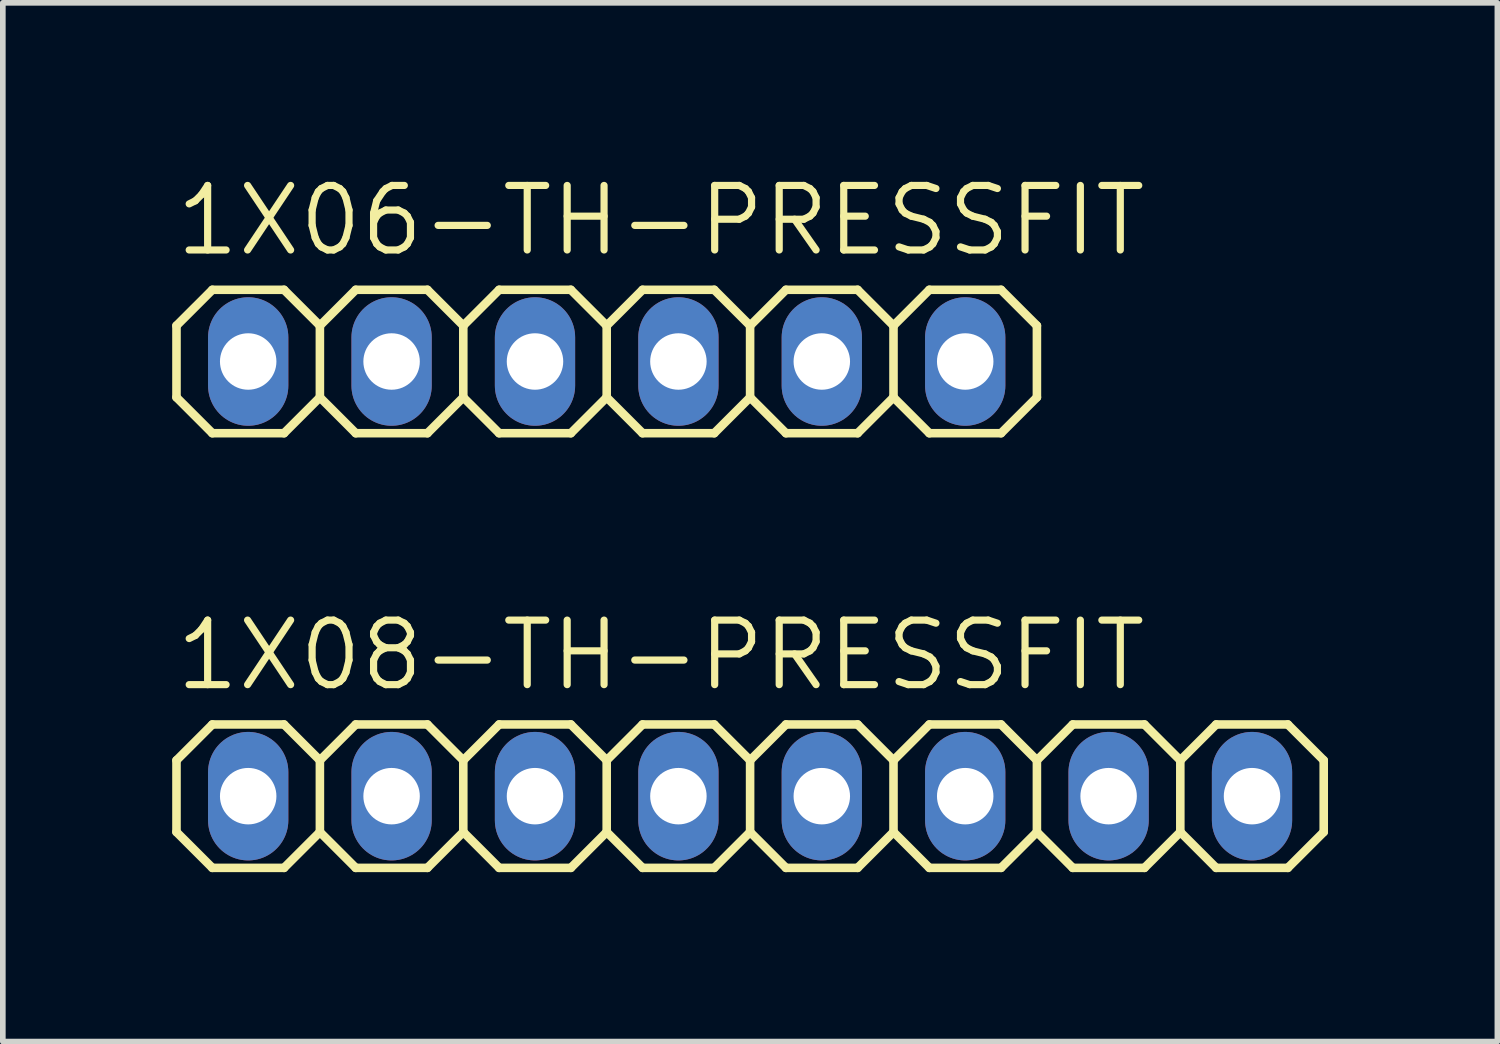
<source format=kicad_pcb>
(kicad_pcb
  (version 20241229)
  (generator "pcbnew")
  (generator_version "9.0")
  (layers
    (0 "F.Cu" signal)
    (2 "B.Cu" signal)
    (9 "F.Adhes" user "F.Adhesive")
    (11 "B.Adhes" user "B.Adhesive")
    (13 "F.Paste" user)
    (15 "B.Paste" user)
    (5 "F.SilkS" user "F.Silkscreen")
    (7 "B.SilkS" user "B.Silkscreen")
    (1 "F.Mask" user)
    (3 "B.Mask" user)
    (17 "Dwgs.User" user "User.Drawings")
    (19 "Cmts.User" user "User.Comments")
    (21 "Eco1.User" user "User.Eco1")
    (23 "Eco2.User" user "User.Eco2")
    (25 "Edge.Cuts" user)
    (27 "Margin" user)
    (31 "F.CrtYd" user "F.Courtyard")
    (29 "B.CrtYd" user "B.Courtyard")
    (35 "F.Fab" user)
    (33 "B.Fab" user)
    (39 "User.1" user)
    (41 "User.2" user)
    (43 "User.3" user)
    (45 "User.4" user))
  (footprint "1X08-TH-PRESSFIT"
    (layer "F.Cu")
    (at 10.236 11.052)
    (property "Reference" "1X08-TH-PRESSFIT" (at -10.236 -1.829 0) (unlocked yes) (layer "F.SilkS") (effects (font (size 1.143 1.143) (thickness 0.127)) (justify left bottom)))
    (fp_line (start -10.16 -0.635) (end -10.16 0.635) (stroke (width 0.152) (type solid)) (layer "F.SilkS"))
    (fp_line (start -10.16 0.635) (end -9.525 1.27) (stroke (width 0.152) (type solid)) (layer "F.SilkS"))
    (fp_line (start -9.525 -1.27) (end -10.16 -0.635) (stroke (width 0.152) (type solid)) (layer "F.SilkS"))
    (fp_line (start -9.525 -1.27) (end -8.255 -1.27) (stroke (width 0.152) (type solid)) (layer "F.SilkS"))
    (fp_line (start -8.255 -1.27) (end -7.62 -0.635) (stroke (width 0.152) (type solid)) (layer "F.SilkS"))
    (fp_line (start -8.255 1.27) (end -9.525 1.27) (stroke (width 0.152) (type solid)) (layer "F.SilkS"))
    (fp_line (start -7.62 -0.635) (end -7.62 0.635) (stroke (width 0.152) (type solid)) (layer "F.SilkS"))
    (fp_line (start -7.62 -0.635) (end -6.985 -1.27) (stroke (width 0.152) (type solid)) (layer "F.SilkS"))
    (fp_line (start -7.62 0.635) (end -8.255 1.27) (stroke (width 0.152) (type solid)) (layer "F.SilkS"))
    (fp_line (start -6.985 -1.27) (end -5.715 -1.27) (stroke (width 0.152) (type solid)) (layer "F.SilkS"))
    (fp_line (start -6.985 1.27) (end -7.62 0.635) (stroke (width 0.152) (type solid)) (layer "F.SilkS"))
    (fp_line (start -5.715 -1.27) (end -5.08 -0.635) (stroke (width 0.152) (type solid)) (layer "F.SilkS"))
    (fp_line (start -5.715 1.27) (end -6.985 1.27) (stroke (width 0.152) (type solid)) (layer "F.SilkS"))
    (fp_line (start -5.08 -0.635) (end -5.08 0.635) (stroke (width 0.152) (type solid)) (layer "F.SilkS"))
    (fp_line (start -5.08 -0.635) (end -4.445 -1.27) (stroke (width 0.152) (type solid)) (layer "F.SilkS"))
    (fp_line (start -5.08 0.635) (end -5.715 1.27) (stroke (width 0.152) (type solid)) (layer "F.SilkS"))
    (fp_line (start -4.445 -1.27) (end -3.175 -1.27) (stroke (width 0.152) (type solid)) (layer "F.SilkS"))
    (fp_line (start -4.445 1.27) (end -5.08 0.635) (stroke (width 0.152) (type solid)) (layer "F.SilkS"))
    (fp_line (start -3.175 -1.27) (end -2.54 -0.635) (stroke (width 0.152) (type solid)) (layer "F.SilkS"))
    (fp_line (start -3.175 1.27) (end -4.445 1.27) (stroke (width 0.152) (type solid)) (layer "F.SilkS"))
    (fp_line (start -2.54 -0.635) (end -2.54 0.635) (stroke (width 0.152) (type solid)) (layer "F.SilkS"))
    (fp_line (start -2.54 0.635) (end -3.175 1.27) (stroke (width 0.152) (type solid)) (layer "F.SilkS"))
    (fp_line (start -2.54 0.635) (end -1.905 1.27) (stroke (width 0.152) (type solid)) (layer "F.SilkS"))
    (fp_line (start -1.905 -1.27) (end -2.54 -0.635) (stroke (width 0.152) (type solid)) (layer "F.SilkS"))
    (fp_line (start -1.905 -1.27) (end -0.635 -1.27) (stroke (width 0.152) (type solid)) (layer "F.SilkS"))
    (fp_line (start -0.635 -1.27) (end 0 -0.635) (stroke (width 0.152) (type solid)) (layer "F.SilkS"))
    (fp_line (start -0.635 1.27) (end -1.905 1.27) (stroke (width 0.152) (type solid)) (layer "F.SilkS"))
    (fp_line (start 0 -0.635) (end 0 0.635) (stroke (width 0.152) (type solid)) (layer "F.SilkS"))
    (fp_line (start 0 -0.635) (end 0.635 -1.27) (stroke (width 0.152) (type solid)) (layer "F.SilkS"))
    (fp_line (start 0 0.635) (end -0.635 1.27) (stroke (width 0.152) (type solid)) (layer "F.SilkS"))
    (fp_line (start 0.635 -1.27) (end 1.905 -1.27) (stroke (width 0.152) (type solid)) (layer "F.SilkS"))
    (fp_line (start 0.635 1.27) (end 0 0.635) (stroke (width 0.152) (type solid)) (layer "F.SilkS"))
    (fp_line (start 1.905 -1.27) (end 2.54 -0.635) (stroke (width 0.152) (type solid)) (layer "F.SilkS"))
    (fp_line (start 1.905 1.27) (end 0.635 1.27) (stroke (width 0.152) (type solid)) (layer "F.SilkS"))
    (fp_line (start 2.54 -0.635) (end 2.54 0.635) (stroke (width 0.152) (type solid)) (layer "F.SilkS"))
    (fp_line (start 2.54 -0.635) (end 3.175 -1.27) (stroke (width 0.152) (type solid)) (layer "F.SilkS"))
    (fp_line (start 2.54 0.635) (end 1.905 1.27) (stroke (width 0.152) (type solid)) (layer "F.SilkS"))
    (fp_line (start 3.175 -1.27) (end 4.445 -1.27) (stroke (width 0.152) (type solid)) (layer "F.SilkS"))
    (fp_line (start 3.175 1.27) (end 2.54 0.635) (stroke (width 0.152) (type solid)) (layer "F.SilkS"))
    (fp_line (start 4.445 -1.27) (end 5.08 -0.635) (stroke (width 0.152) (type solid)) (layer "F.SilkS"))
    (fp_line (start 4.445 1.27) (end 3.175 1.27) (stroke (width 0.152) (type solid)) (layer "F.SilkS"))
    (fp_line (start 5.08 -0.635) (end 5.08 0.635) (stroke (width 0.152) (type solid)) (layer "F.SilkS"))
    (fp_line (start 5.08 0.635) (end 4.445 1.27) (stroke (width 0.152) (type solid)) (layer "F.SilkS"))
    (fp_line (start 5.08 0.635) (end 5.715 1.27) (stroke (width 0.152) (type solid)) (layer "F.SilkS"))
    (fp_line (start 5.715 -1.27) (end 5.08 -0.635) (stroke (width 0.152) (type solid)) (layer "F.SilkS"))
    (fp_line (start 5.715 -1.27) (end 6.985 -1.27) (stroke (width 0.152) (type solid)) (layer "F.SilkS"))
    (fp_line (start 6.985 -1.27) (end 7.62 -0.635) (stroke (width 0.152) (type solid)) (layer "F.SilkS"))
    (fp_line (start 6.985 1.27) (end 5.715 1.27) (stroke (width 0.152) (type solid)) (layer "F.SilkS"))
    (fp_line (start 7.62 -0.635) (end 7.62 0.635) (stroke (width 0.152) (type solid)) (layer "F.SilkS"))
    (fp_line (start 7.62 0.635) (end 6.985 1.27) (stroke (width 0.152) (type solid)) (layer "F.SilkS"))
    (fp_line (start 7.62 0.635) (end 8.255 1.27) (stroke (width 0.152) (type solid)) (layer "F.SilkS"))
    (fp_line (start 8.255 -1.27) (end 7.62 -0.635) (stroke (width 0.152) (type solid)) (layer "F.SilkS"))
    (fp_line (start 8.255 -1.27) (end 9.525 -1.27) (stroke (width 0.152) (type solid)) (layer "F.SilkS"))
    (fp_line (start 9.525 -1.27) (end 10.16 -0.635) (stroke (width 0.152) (type solid)) (layer "F.SilkS"))
    (fp_line (start 9.525 1.27) (end 8.255 1.27) (stroke (width 0.152) (type solid)) (layer "F.SilkS"))
    (fp_line (start 10.16 -0.635) (end 10.16 0.635) (stroke (width 0.152) (type solid)) (layer "F.SilkS"))
    (fp_line (start 10.16 0.635) (end 9.525 1.27) (stroke (width 0.152) (type solid)) (layer "F.SilkS"))
    (fp_poly (pts (xy -9.144 0.254) (xy -8.636 0.254) (xy -8.636 -0.254) (xy -9.144 -0.254)) (stroke (width 0.1) (type default)) (fill no) (layer "F.Fab"))
    (fp_poly (pts (xy -6.604 0.254) (xy -6.096 0.254) (xy -6.096 -0.254) (xy -6.604 -0.254)) (stroke (width 0.1) (type default)) (fill no) (layer "F.Fab"))
    (fp_poly (pts (xy -4.064 0.254) (xy -3.556 0.254) (xy -3.556 -0.254) (xy -4.064 -0.254)) (stroke (width 0.1) (type default)) (fill no) (layer "F.Fab"))
    (fp_poly (pts (xy -1.524 0.254) (xy -1.016 0.254) (xy -1.016 -0.254) (xy -1.524 -0.254)) (stroke (width 0.1) (type default)) (fill no) (layer "F.Fab"))
    (fp_poly (pts (xy 1.016 0.254) (xy 1.524 0.254) (xy 1.524 -0.254) (xy 1.016 -0.254)) (stroke (width 0.1) (type default)) (fill no) (layer "F.Fab"))
    (fp_poly (pts (xy 3.556 0.254) (xy 4.064 0.254) (xy 4.064 -0.254) (xy 3.556 -0.254)) (stroke (width 0.1) (type default)) (fill no) (layer "F.Fab"))
    (fp_poly (pts (xy 6.096 0.254) (xy 6.604 0.254) (xy 6.604 -0.254) (xy 6.096 -0.254)) (stroke (width 0.1) (type default)) (fill no) (layer "F.Fab"))
    (fp_poly (pts (xy 8.636 0.254) (xy 9.144 0.254) (xy 9.144 -0.254) (xy 8.636 -0.254)) (stroke (width 0.1) (type default)) (fill no) (layer "F.Fab"))
    (pad "1" thru_hole oval (at -8.89 0 90) (size 2.276 1.422) (drill 1) (layers "*.Cu" "*.Mask"))
    (pad "2" thru_hole oval (at -6.35 0 90) (size 2.276 1.422) (drill 1) (layers "*.Cu" "*.Mask"))
    (pad "3" thru_hole oval (at -3.81 0 90) (size 2.276 1.422) (drill 1) (layers "*.Cu" "*.Mask"))
    (pad "4" thru_hole oval (at -1.27 0 90) (size 2.276 1.422) (drill 1) (layers "*.Cu" "*.Mask"))
    (pad "5" thru_hole oval (at 1.27 0 90) (size 2.276 1.422) (drill 1) (layers "*.Cu" "*.Mask"))
    (pad "6" thru_hole oval (at 3.81 0 90) (size 2.276 1.422) (drill 1) (layers "*.Cu" "*.Mask"))
    (pad "7" thru_hole oval (at 6.35 0 90) (size 2.276 1.422) (drill 1) (layers "*.Cu" "*.Mask"))
    (pad "8" thru_hole oval (at 8.89 0 90) (size 2.276 1.422) (drill 1) (layers "*.Cu" "*.Mask")))
  (footprint "1X06-TH-PRESSFIT"
    (layer "F.Cu")
    (at 7.696 3.353)
    (property "Reference" "1X06-TH-PRESSFIT" (at -7.696 -1.829 0) (unlocked yes) (layer "F.SilkS") (effects (font (size 1.143 1.143) (thickness 0.127)) (justify left bottom)))
    (fp_line (start -7.62 -0.635) (end -7.62 0.635) (stroke (width 0.152) (type solid)) (layer "F.SilkS"))
    (fp_line (start -7.62 0.635) (end -6.985 1.27) (stroke (width 0.152) (type solid)) (layer "F.SilkS"))
    (fp_line (start -6.985 -1.27) (end -7.62 -0.635) (stroke (width 0.152) (type solid)) (layer "F.SilkS"))
    (fp_line (start -6.985 -1.27) (end -5.715 -1.27) (stroke (width 0.152) (type solid)) (layer "F.SilkS"))
    (fp_line (start -5.715 -1.27) (end -5.08 -0.635) (stroke (width 0.152) (type solid)) (layer "F.SilkS"))
    (fp_line (start -5.715 1.27) (end -6.985 1.27) (stroke (width 0.152) (type solid)) (layer "F.SilkS"))
    (fp_line (start -5.08 -0.635) (end -5.08 0.635) (stroke (width 0.152) (type solid)) (layer "F.SilkS"))
    (fp_line (start -5.08 -0.635) (end -4.445 -1.27) (stroke (width 0.152) (type solid)) (layer "F.SilkS"))
    (fp_line (start -5.08 0.635) (end -5.715 1.27) (stroke (width 0.152) (type solid)) (layer "F.SilkS"))
    (fp_line (start -4.445 -1.27) (end -3.175 -1.27) (stroke (width 0.152) (type solid)) (layer "F.SilkS"))
    (fp_line (start -4.445 1.27) (end -5.08 0.635) (stroke (width 0.152) (type solid)) (layer "F.SilkS"))
    (fp_line (start -3.175 -1.27) (end -2.54 -0.635) (stroke (width 0.152) (type solid)) (layer "F.SilkS"))
    (fp_line (start -3.175 1.27) (end -4.445 1.27) (stroke (width 0.152) (type solid)) (layer "F.SilkS"))
    (fp_line (start -2.54 -0.635) (end -2.54 0.635) (stroke (width 0.152) (type solid)) (layer "F.SilkS"))
    (fp_line (start -2.54 -0.635) (end -1.905 -1.27) (stroke (width 0.152) (type solid)) (layer "F.SilkS"))
    (fp_line (start -2.54 0.635) (end -3.175 1.27) (stroke (width 0.152) (type solid)) (layer "F.SilkS"))
    (fp_line (start -1.905 -1.27) (end -0.635 -1.27) (stroke (width 0.152) (type solid)) (layer "F.SilkS"))
    (fp_line (start -1.905 1.27) (end -2.54 0.635) (stroke (width 0.152) (type solid)) (layer "F.SilkS"))
    (fp_line (start -0.635 -1.27) (end 0 -0.635) (stroke (width 0.152) (type solid)) (layer "F.SilkS"))
    (fp_line (start -0.635 1.27) (end -1.905 1.27) (stroke (width 0.152) (type solid)) (layer "F.SilkS"))
    (fp_line (start 0 -0.635) (end 0 0.635) (stroke (width 0.152) (type solid)) (layer "F.SilkS"))
    (fp_line (start 0 0.635) (end -0.635 1.27) (stroke (width 0.152) (type solid)) (layer "F.SilkS"))
    (fp_line (start 0 0.635) (end 0.635 1.27) (stroke (width 0.152) (type solid)) (layer "F.SilkS"))
    (fp_line (start 0.635 -1.27) (end 0 -0.635) (stroke (width 0.152) (type solid)) (layer "F.SilkS"))
    (fp_line (start 0.635 -1.27) (end 1.905 -1.27) (stroke (width 0.152) (type solid)) (layer "F.SilkS"))
    (fp_line (start 1.905 -1.27) (end 2.54 -0.635) (stroke (width 0.152) (type solid)) (layer "F.SilkS"))
    (fp_line (start 1.905 1.27) (end 0.635 1.27) (stroke (width 0.152) (type solid)) (layer "F.SilkS"))
    (fp_line (start 2.54 -0.635) (end 2.54 0.635) (stroke (width 0.152) (type solid)) (layer "F.SilkS"))
    (fp_line (start 2.54 -0.635) (end 3.175 -1.27) (stroke (width 0.152) (type solid)) (layer "F.SilkS"))
    (fp_line (start 2.54 0.635) (end 1.905 1.27) (stroke (width 0.152) (type solid)) (layer "F.SilkS"))
    (fp_line (start 3.175 -1.27) (end 4.445 -1.27) (stroke (width 0.152) (type solid)) (layer "F.SilkS"))
    (fp_line (start 3.175 1.27) (end 2.54 0.635) (stroke (width 0.152) (type solid)) (layer "F.SilkS"))
    (fp_line (start 4.445 -1.27) (end 5.08 -0.635) (stroke (width 0.152) (type solid)) (layer "F.SilkS"))
    (fp_line (start 4.445 1.27) (end 3.175 1.27) (stroke (width 0.152) (type solid)) (layer "F.SilkS"))
    (fp_line (start 5.08 -0.635) (end 5.08 0.635) (stroke (width 0.152) (type solid)) (layer "F.SilkS"))
    (fp_line (start 5.08 -0.635) (end 5.715 -1.27) (stroke (width 0.152) (type solid)) (layer "F.SilkS"))
    (fp_line (start 5.08 0.635) (end 4.445 1.27) (stroke (width 0.152) (type solid)) (layer "F.SilkS"))
    (fp_line (start 5.715 -1.27) (end 6.985 -1.27) (stroke (width 0.152) (type solid)) (layer "F.SilkS"))
    (fp_line (start 5.715 1.27) (end 5.08 0.635) (stroke (width 0.152) (type solid)) (layer "F.SilkS"))
    (fp_line (start 6.985 -1.27) (end 7.62 -0.635) (stroke (width 0.152) (type solid)) (layer "F.SilkS"))
    (fp_line (start 6.985 1.27) (end 5.715 1.27) (stroke (width 0.152) (type solid)) (layer "F.SilkS"))
    (fp_line (start 7.62 -0.635) (end 7.62 0.635) (stroke (width 0.152) (type solid)) (layer "F.SilkS"))
    (fp_line (start 7.62 0.635) (end 6.985 1.27) (stroke (width 0.152) (type solid)) (layer "F.SilkS"))
    (fp_poly (pts (xy -6.604 0.254) (xy -6.096 0.254) (xy -6.096 -0.254) (xy -6.604 -0.254)) (stroke (width 0.1) (type default)) (fill no) (layer "F.Fab"))
    (fp_poly (pts (xy -4.064 0.254) (xy -3.556 0.254) (xy -3.556 -0.254) (xy -4.064 -0.254)) (stroke (width 0.1) (type default)) (fill no) (layer "F.Fab"))
    (fp_poly (pts (xy -1.524 0.254) (xy -1.016 0.254) (xy -1.016 -0.254) (xy -1.524 -0.254)) (stroke (width 0.1) (type default)) (fill no) (layer "F.Fab"))
    (fp_poly (pts (xy 1.016 0.254) (xy 1.524 0.254) (xy 1.524 -0.254) (xy 1.016 -0.254)) (stroke (width 0.1) (type default)) (fill no) (layer "F.Fab"))
    (fp_poly (pts (xy 3.556 0.254) (xy 4.064 0.254) (xy 4.064 -0.254) (xy 3.556 -0.254)) (stroke (width 0.1) (type default)) (fill no) (layer "F.Fab"))
    (fp_poly (pts (xy 6.096 0.254) (xy 6.604 0.254) (xy 6.604 -0.254) (xy 6.096 -0.254)) (stroke (width 0.1) (type default)) (fill no) (layer "F.Fab"))
    (pad "1" thru_hole oval (at -6.35 0 90) (size 2.276 1.422) (drill 1) (layers "*.Cu" "*.Mask"))
    (pad "2" thru_hole oval (at -3.81 0 90) (size 2.276 1.422) (drill 1) (layers "*.Cu" "*.Mask"))
    (pad "3" thru_hole oval (at -1.27 0 90) (size 2.276 1.422) (drill 1) (layers "*.Cu" "*.Mask"))
    (pad "4" thru_hole oval (at 1.27 0 90) (size 2.276 1.422) (drill 1) (layers "*.Cu" "*.Mask"))
    (pad "5" thru_hole oval (at 3.81 0 90) (size 2.276 1.422) (drill 1) (layers "*.Cu" "*.Mask"))
    (pad "6" thru_hole oval (at 6.35 0 90) (size 2.276 1.422) (drill 1) (layers "*.Cu" "*.Mask")))
  (gr_rect
    (start -3 -3)
    (end 23.472 15.398)
    (stroke (width 0.1) (type default))
    (fill no)
    (layer "Edge.Cuts")))
</source>
